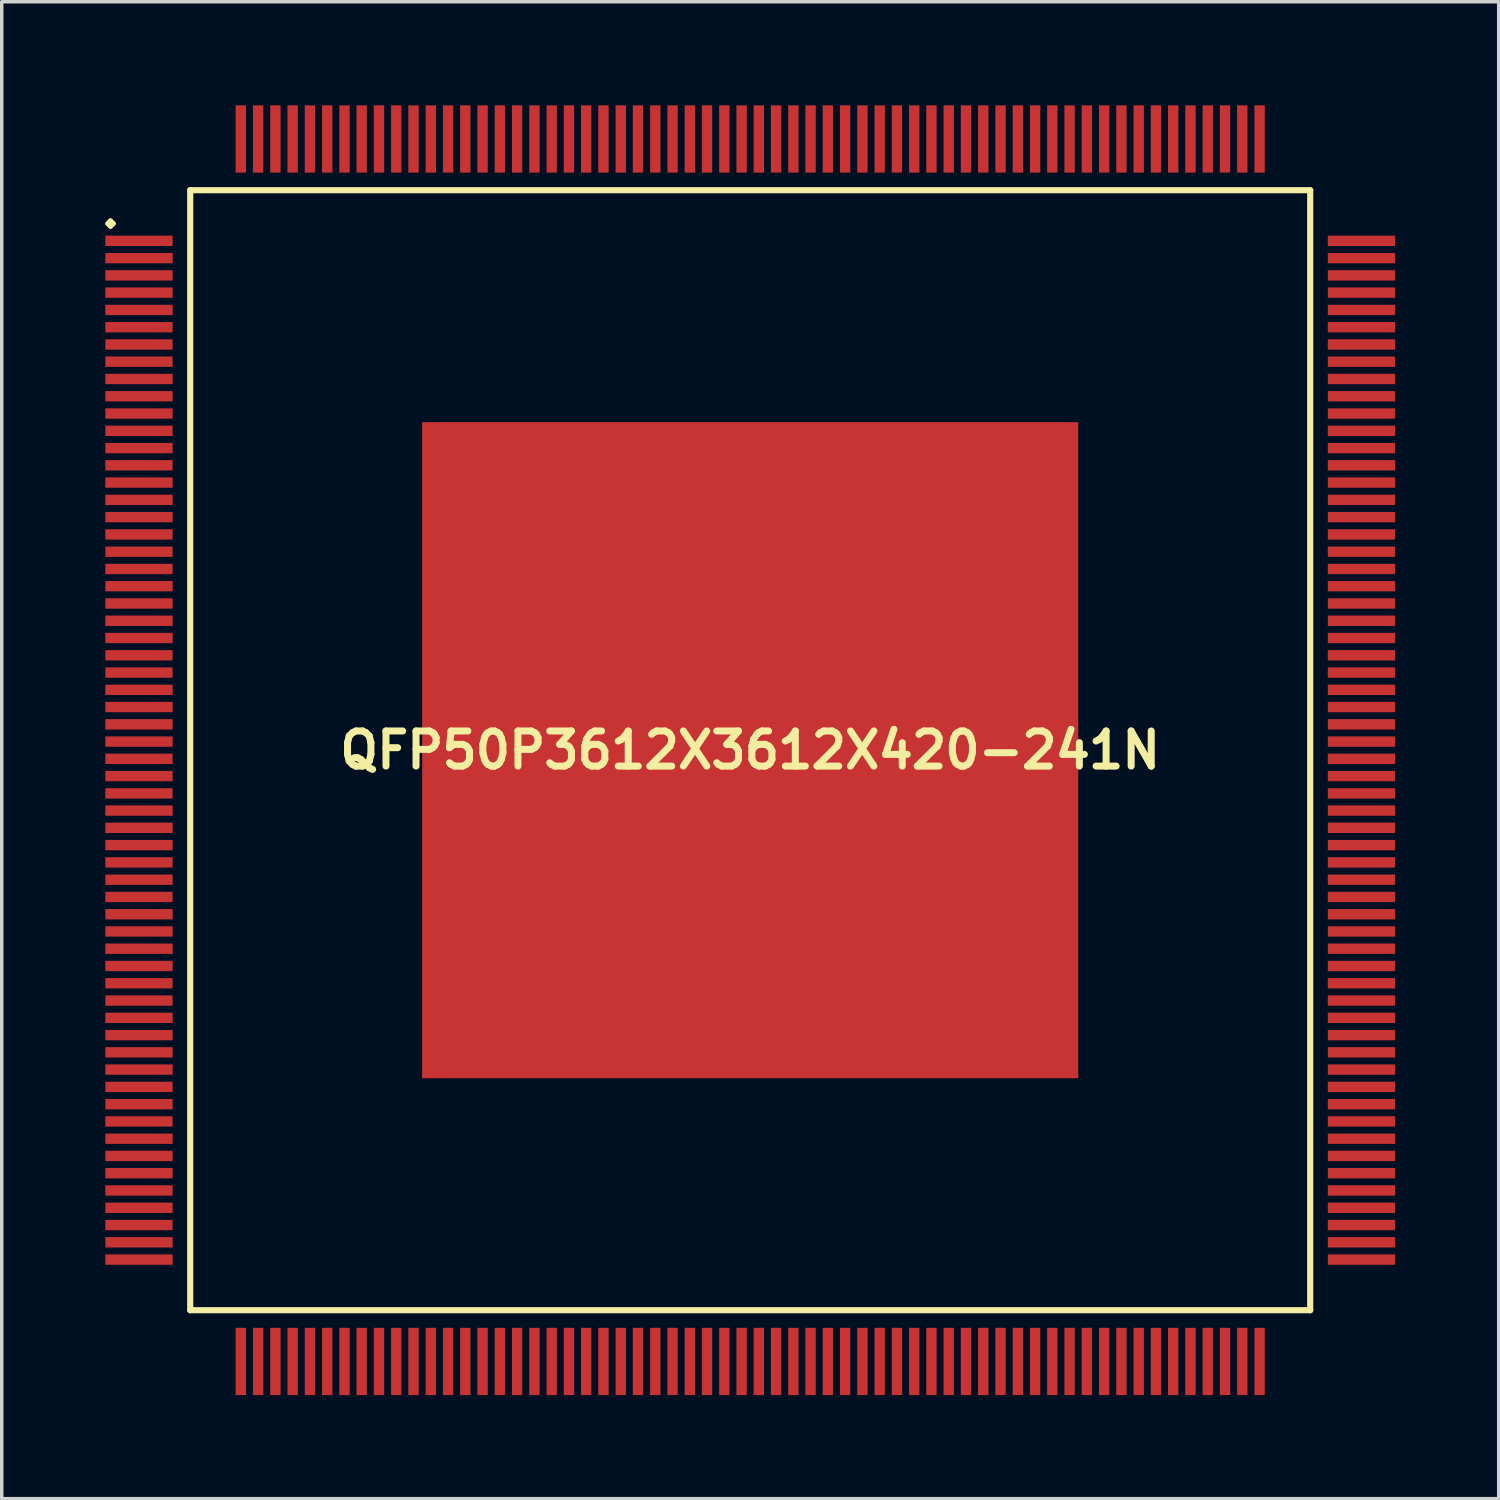
<source format=kicad_pcb>
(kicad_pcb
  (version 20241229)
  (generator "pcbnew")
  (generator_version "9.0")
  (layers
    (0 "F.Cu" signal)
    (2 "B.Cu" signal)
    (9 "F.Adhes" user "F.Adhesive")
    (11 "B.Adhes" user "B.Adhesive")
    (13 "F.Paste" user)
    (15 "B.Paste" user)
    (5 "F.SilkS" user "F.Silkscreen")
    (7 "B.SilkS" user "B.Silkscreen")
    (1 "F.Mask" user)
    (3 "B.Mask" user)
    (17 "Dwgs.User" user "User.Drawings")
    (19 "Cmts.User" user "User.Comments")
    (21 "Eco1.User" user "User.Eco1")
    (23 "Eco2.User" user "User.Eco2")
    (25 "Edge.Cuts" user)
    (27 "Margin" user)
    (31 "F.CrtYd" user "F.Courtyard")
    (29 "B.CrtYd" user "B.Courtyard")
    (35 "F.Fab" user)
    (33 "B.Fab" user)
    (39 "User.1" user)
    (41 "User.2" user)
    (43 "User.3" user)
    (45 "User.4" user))
  (footprint "QFP50P3612X3612X420-241N"
    (layer "F.Cu")
    (at 18.673 18.673)
    (property "Reference" "QFP50P3612X3612X420-241N" (at 0 0 0) (layer "F.SilkS") (effects (font (size 1.016 1.016) (thickness 0.203))))
    (attr smd)
    (fp_line (start -18.598 -15.248) (end -18.524 -15.324) (stroke (width 0.15) (type solid)) (layer "F.SilkS"))
    (fp_line (start -18.524 -15.324) (end -18.448 -15.248) (stroke (width 0.15) (type solid)) (layer "F.SilkS"))
    (fp_line (start -18.524 -15.174) (end -18.598 -15.248) (stroke (width 0.15) (type solid)) (layer "F.SilkS"))
    (fp_line (start -18.448 -15.248) (end -18.524 -15.174) (stroke (width 0.15) (type solid)) (layer "F.SilkS"))
    (fp_line (start -16.215 -16.215) (end -16.215 16.215) (stroke (width 0.178) (type solid)) (layer "F.SilkS"))
    (fp_line (start -16.215 16.215) (end 16.215 16.215) (stroke (width 0.178) (type solid)) (layer "F.SilkS"))
    (fp_line (start 16.215 -16.215) (end -16.215 -16.215) (stroke (width 0.178) (type solid)) (layer "F.SilkS"))
    (fp_line (start 16.215 16.215) (end 16.215 -16.215) (stroke (width 0.178) (type solid)) (layer "F.SilkS"))
    (pad "1" smd rect (at -17.699 -14.75) (size 1.948 0.3) (layers "F.Cu" "F.Mask" "F.Paste"))
    (pad "2" smd rect (at -17.699 -14.249) (size 1.948 0.3) (layers "F.Cu" "F.Mask" "F.Paste"))
    (pad "3" smd rect (at -17.699 -13.749) (size 1.948 0.3) (layers "F.Cu" "F.Mask" "F.Paste"))
    (pad "4" smd rect (at -17.699 -13.249) (size 1.948 0.3) (layers "F.Cu" "F.Mask" "F.Paste"))
    (pad "5" smd rect (at -17.699 -12.748) (size 1.948 0.3) (layers "F.Cu" "F.Mask" "F.Paste"))
    (pad "6" smd rect (at -17.699 -12.248) (size 1.948 0.3) (layers "F.Cu" "F.Mask" "F.Paste"))
    (pad "7" smd rect (at -17.699 -11.748) (size 1.948 0.3) (layers "F.Cu" "F.Mask" "F.Paste"))
    (pad "8" smd rect (at -17.699 -11.25) (size 1.948 0.3) (layers "F.Cu" "F.Mask" "F.Paste"))
    (pad "9" smd rect (at -17.699 -10.749) (size 1.948 0.3) (layers "F.Cu" "F.Mask" "F.Paste"))
    (pad "10" smd rect (at -17.699 -10.249) (size 1.948 0.3) (layers "F.Cu" "F.Mask" "F.Paste"))
    (pad "11" smd rect (at -17.699 -9.749) (size 1.948 0.3) (layers "F.Cu" "F.Mask" "F.Paste"))
    (pad "12" smd rect (at -17.699 -9.248) (size 1.948 0.3) (layers "F.Cu" "F.Mask" "F.Paste"))
    (pad "13" smd rect (at -17.699 -8.748) (size 1.948 0.3) (layers "F.Cu" "F.Mask" "F.Paste"))
    (pad "14" smd rect (at -17.699 -8.25) (size 1.948 0.3) (layers "F.Cu" "F.Mask" "F.Paste"))
    (pad "15" smd rect (at -17.699 -7.75) (size 1.948 0.3) (layers "F.Cu" "F.Mask" "F.Paste"))
    (pad "16" smd rect (at -17.699 -7.249) (size 1.948 0.3) (layers "F.Cu" "F.Mask" "F.Paste"))
    (pad "17" smd rect (at -17.699 -6.749) (size 1.948 0.3) (layers "F.Cu" "F.Mask" "F.Paste"))
    (pad "18" smd rect (at -17.699 -6.248) (size 1.948 0.3) (layers "F.Cu" "F.Mask" "F.Paste"))
    (pad "19" smd rect (at -17.699 -5.748) (size 1.948 0.3) (layers "F.Cu" "F.Mask" "F.Paste"))
    (pad "20" smd rect (at -17.699 -5.248) (size 1.948 0.3) (layers "F.Cu" "F.Mask" "F.Paste"))
    (pad "21" smd rect (at -17.699 -4.75) (size 1.948 0.3) (layers "F.Cu" "F.Mask" "F.Paste"))
    (pad "22" smd rect (at -17.699 -4.249) (size 1.948 0.3) (layers "F.Cu" "F.Mask" "F.Paste"))
    (pad "23" smd rect (at -17.699 -3.749) (size 1.948 0.3) (layers "F.Cu" "F.Mask" "F.Paste"))
    (pad "24" smd rect (at -17.699 -3.249) (size 1.948 0.3) (layers "F.Cu" "F.Mask" "F.Paste"))
    (pad "25" smd rect (at -17.699 -2.748) (size 1.948 0.3) (layers "F.Cu" "F.Mask" "F.Paste"))
    (pad "26" smd rect (at -17.699 -2.248) (size 1.948 0.3) (layers "F.Cu" "F.Mask" "F.Paste"))
    (pad "27" smd rect (at -17.699 -1.748) (size 1.948 0.3) (layers "F.Cu" "F.Mask" "F.Paste"))
    (pad "28" smd rect (at -17.699 -1.25) (size 1.948 0.3) (layers "F.Cu" "F.Mask" "F.Paste"))
    (pad "29" smd rect (at -17.699 -0.749) (size 1.948 0.3) (layers "F.Cu" "F.Mask" "F.Paste"))
    (pad "30" smd rect (at -17.699 -0.249) (size 1.948 0.3) (layers "F.Cu" "F.Mask" "F.Paste"))
    (pad "31" smd rect (at -17.699 0.249) (size 1.948 0.3) (layers "F.Cu" "F.Mask" "F.Paste"))
    (pad "32" smd rect (at -17.699 0.749) (size 1.948 0.3) (layers "F.Cu" "F.Mask" "F.Paste"))
    (pad "33" smd rect (at -17.699 1.25) (size 1.948 0.3) (layers "F.Cu" "F.Mask" "F.Paste"))
    (pad "34" smd rect (at -17.699 1.748) (size 1.948 0.3) (layers "F.Cu" "F.Mask" "F.Paste"))
    (pad "35" smd rect (at -17.699 2.248) (size 1.948 0.3) (layers "F.Cu" "F.Mask" "F.Paste"))
    (pad "36" smd rect (at -17.699 2.748) (size 1.948 0.3) (layers "F.Cu" "F.Mask" "F.Paste"))
    (pad "37" smd rect (at -17.699 3.249) (size 1.948 0.3) (layers "F.Cu" "F.Mask" "F.Paste"))
    (pad "38" smd rect (at -17.699 3.749) (size 1.948 0.3) (layers "F.Cu" "F.Mask" "F.Paste"))
    (pad "39" smd rect (at -17.699 4.249) (size 1.948 0.3) (layers "F.Cu" "F.Mask" "F.Paste"))
    (pad "40" smd rect (at -17.699 4.75) (size 1.948 0.3) (layers "F.Cu" "F.Mask" "F.Paste"))
    (pad "41" smd rect (at -17.699 5.248) (size 1.948 0.3) (layers "F.Cu" "F.Mask" "F.Paste"))
    (pad "42" smd rect (at -17.699 5.748) (size 1.948 0.3) (layers "F.Cu" "F.Mask" "F.Paste"))
    (pad "43" smd rect (at -17.699 6.248) (size 1.948 0.3) (layers "F.Cu" "F.Mask" "F.Paste"))
    (pad "44" smd rect (at -17.699 6.749) (size 1.948 0.3) (layers "F.Cu" "F.Mask" "F.Paste"))
    (pad "45" smd rect (at -17.699 7.249) (size 1.948 0.3) (layers "F.Cu" "F.Mask" "F.Paste"))
    (pad "46" smd rect (at -17.699 7.75) (size 1.948 0.3) (layers "F.Cu" "F.Mask" "F.Paste"))
    (pad "47" smd rect (at -17.699 8.25) (size 1.948 0.3) (layers "F.Cu" "F.Mask" "F.Paste"))
    (pad "48" smd rect (at -17.699 8.748) (size 1.948 0.3) (layers "F.Cu" "F.Mask" "F.Paste"))
    (pad "49" smd rect (at -17.699 9.248) (size 1.948 0.3) (layers "F.Cu" "F.Mask" "F.Paste"))
    (pad "50" smd rect (at -17.699 9.749) (size 1.948 0.3) (layers "F.Cu" "F.Mask" "F.Paste"))
    (pad "51" smd rect (at -17.699 10.249) (size 1.948 0.3) (layers "F.Cu" "F.Mask" "F.Paste"))
    (pad "52" smd rect (at -17.699 10.749) (size 1.948 0.3) (layers "F.Cu" "F.Mask" "F.Paste"))
    (pad "53" smd rect (at -17.699 11.25) (size 1.948 0.3) (layers "F.Cu" "F.Mask" "F.Paste"))
    (pad "54" smd rect (at -17.699 11.748) (size 1.948 0.3) (layers "F.Cu" "F.Mask" "F.Paste"))
    (pad "55" smd rect (at -17.699 12.248) (size 1.948 0.3) (layers "F.Cu" "F.Mask" "F.Paste"))
    (pad "56" smd rect (at -17.699 12.748) (size 1.948 0.3) (layers "F.Cu" "F.Mask" "F.Paste"))
    (pad "57" smd rect (at -17.699 13.249) (size 1.948 0.3) (layers "F.Cu" "F.Mask" "F.Paste"))
    (pad "58" smd rect (at -17.699 13.749) (size 1.948 0.3) (layers "F.Cu" "F.Mask" "F.Paste"))
    (pad "59" smd rect (at -17.699 14.249) (size 1.948 0.3) (layers "F.Cu" "F.Mask" "F.Paste"))
    (pad "60" smd rect (at -17.699 14.75) (size 1.948 0.3) (layers "F.Cu" "F.Mask" "F.Paste"))
    (pad "61" smd rect (at -14.75 17.699) (size 0.3 1.948) (layers "F.Cu" "F.Mask" "F.Paste"))
    (pad "62" smd rect (at -14.249 17.699) (size 0.3 1.948) (layers "F.Cu" "F.Mask" "F.Paste"))
    (pad "63" smd rect (at -13.749 17.699) (size 0.3 1.948) (layers "F.Cu" "F.Mask" "F.Paste"))
    (pad "64" smd rect (at -13.249 17.699) (size 0.3 1.948) (layers "F.Cu" "F.Mask" "F.Paste"))
    (pad "65" smd rect (at -12.748 17.699) (size 0.3 1.948) (layers "F.Cu" "F.Mask" "F.Paste"))
    (pad "66" smd rect (at -12.248 17.699) (size 0.3 1.948) (layers "F.Cu" "F.Mask" "F.Paste"))
    (pad "67" smd rect (at -11.748 17.699) (size 0.3 1.948) (layers "F.Cu" "F.Mask" "F.Paste"))
    (pad "68" smd rect (at -11.25 17.699) (size 0.3 1.948) (layers "F.Cu" "F.Mask" "F.Paste"))
    (pad "69" smd rect (at -10.749 17.699) (size 0.3 1.948) (layers "F.Cu" "F.Mask" "F.Paste"))
    (pad "70" smd rect (at -10.249 17.699) (size 0.3 1.948) (layers "F.Cu" "F.Mask" "F.Paste"))
    (pad "71" smd rect (at -9.749 17.699) (size 0.3 1.948) (layers "F.Cu" "F.Mask" "F.Paste"))
    (pad "72" smd rect (at -9.248 17.699) (size 0.3 1.948) (layers "F.Cu" "F.Mask" "F.Paste"))
    (pad "73" smd rect (at -8.748 17.699) (size 0.3 1.948) (layers "F.Cu" "F.Mask" "F.Paste"))
    (pad "74" smd rect (at -8.25 17.699) (size 0.3 1.948) (layers "F.Cu" "F.Mask" "F.Paste"))
    (pad "75" smd rect (at -7.75 17.699) (size 0.3 1.948) (layers "F.Cu" "F.Mask" "F.Paste"))
    (pad "76" smd rect (at -7.249 17.699) (size 0.3 1.948) (layers "F.Cu" "F.Mask" "F.Paste"))
    (pad "77" smd rect (at -6.749 17.699) (size 0.3 1.948) (layers "F.Cu" "F.Mask" "F.Paste"))
    (pad "78" smd rect (at -6.248 17.699) (size 0.3 1.948) (layers "F.Cu" "F.Mask" "F.Paste"))
    (pad "79" smd rect (at -5.748 17.699) (size 0.3 1.948) (layers "F.Cu" "F.Mask" "F.Paste"))
    (pad "80" smd rect (at -5.248 17.699) (size 0.3 1.948) (layers "F.Cu" "F.Mask" "F.Paste"))
    (pad "81" smd rect (at -4.75 17.699) (size 0.3 1.948) (layers "F.Cu" "F.Mask" "F.Paste"))
    (pad "82" smd rect (at -4.249 17.699) (size 0.3 1.948) (layers "F.Cu" "F.Mask" "F.Paste"))
    (pad "83" smd rect (at -3.749 17.699) (size 0.3 1.948) (layers "F.Cu" "F.Mask" "F.Paste"))
    (pad "84" smd rect (at -3.249 17.699) (size 0.3 1.948) (layers "F.Cu" "F.Mask" "F.Paste"))
    (pad "85" smd rect (at -2.748 17.699) (size 0.3 1.948) (layers "F.Cu" "F.Mask" "F.Paste"))
    (pad "86" smd rect (at -2.248 17.699) (size 0.3 1.948) (layers "F.Cu" "F.Mask" "F.Paste"))
    (pad "87" smd rect (at -1.748 17.699) (size 0.3 1.948) (layers "F.Cu" "F.Mask" "F.Paste"))
    (pad "88" smd rect (at -1.25 17.699) (size 0.3 1.948) (layers "F.Cu" "F.Mask" "F.Paste"))
    (pad "89" smd rect (at -0.749 17.699) (size 0.3 1.948) (layers "F.Cu" "F.Mask" "F.Paste"))
    (pad "90" smd rect (at -0.249 17.699) (size 0.3 1.948) (layers "F.Cu" "F.Mask" "F.Paste"))
    (pad "91" smd rect (at 0.249 17.699) (size 0.3 1.948) (layers "F.Cu" "F.Mask" "F.Paste"))
    (pad "92" smd rect (at 0.749 17.699) (size 0.3 1.948) (layers "F.Cu" "F.Mask" "F.Paste"))
    (pad "93" smd rect (at 1.25 17.699) (size 0.3 1.948) (layers "F.Cu" "F.Mask" "F.Paste"))
    (pad "94" smd rect (at 1.748 17.699) (size 0.3 1.948) (layers "F.Cu" "F.Mask" "F.Paste"))
    (pad "95" smd rect (at 2.248 17.699) (size 0.3 1.948) (layers "F.Cu" "F.Mask" "F.Paste"))
    (pad "96" smd rect (at 2.748 17.699) (size 0.3 1.948) (layers "F.Cu" "F.Mask" "F.Paste"))
    (pad "97" smd rect (at 3.249 17.699) (size 0.3 1.948) (layers "F.Cu" "F.Mask" "F.Paste"))
    (pad "98" smd rect (at 3.749 17.699) (size 0.3 1.948) (layers "F.Cu" "F.Mask" "F.Paste"))
    (pad "99" smd rect (at 4.249 17.699) (size 0.3 1.948) (layers "F.Cu" "F.Mask" "F.Paste"))
    (pad "100" smd rect (at 4.75 17.699) (size 0.3 1.948) (layers "F.Cu" "F.Mask" "F.Paste"))
    (pad "101" smd rect (at 5.248 17.699) (size 0.3 1.948) (layers "F.Cu" "F.Mask" "F.Paste"))
    (pad "102" smd rect (at 5.748 17.699) (size 0.3 1.948) (layers "F.Cu" "F.Mask" "F.Paste"))
    (pad "103" smd rect (at 6.248 17.699) (size 0.3 1.948) (layers "F.Cu" "F.Mask" "F.Paste"))
    (pad "104" smd rect (at 6.749 17.699) (size 0.3 1.948) (layers "F.Cu" "F.Mask" "F.Paste"))
    (pad "105" smd rect (at 7.249 17.699) (size 0.3 1.948) (layers "F.Cu" "F.Mask" "F.Paste"))
    (pad "106" smd rect (at 7.75 17.699) (size 0.3 1.948) (layers "F.Cu" "F.Mask" "F.Paste"))
    (pad "107" smd rect (at 8.25 17.699) (size 0.3 1.948) (layers "F.Cu" "F.Mask" "F.Paste"))
    (pad "108" smd rect (at 8.748 17.699) (size 0.3 1.948) (layers "F.Cu" "F.Mask" "F.Paste"))
    (pad "109" smd rect (at 9.248 17.699) (size 0.3 1.948) (layers "F.Cu" "F.Mask" "F.Paste"))
    (pad "110" smd rect (at 9.749 17.699) (size 0.3 1.948) (layers "F.Cu" "F.Mask" "F.Paste"))
    (pad "111" smd rect (at 10.249 17.699) (size 0.3 1.948) (layers "F.Cu" "F.Mask" "F.Paste"))
    (pad "112" smd rect (at 10.749 17.699) (size 0.3 1.948) (layers "F.Cu" "F.Mask" "F.Paste"))
    (pad "113" smd rect (at 11.25 17.699) (size 0.3 1.948) (layers "F.Cu" "F.Mask" "F.Paste"))
    (pad "114" smd rect (at 11.748 17.699) (size 0.3 1.948) (layers "F.Cu" "F.Mask" "F.Paste"))
    (pad "115" smd rect (at 12.248 17.699) (size 0.3 1.948) (layers "F.Cu" "F.Mask" "F.Paste"))
    (pad "116" smd rect (at 12.748 17.699) (size 0.3 1.948) (layers "F.Cu" "F.Mask" "F.Paste"))
    (pad "117" smd rect (at 13.249 17.699) (size 0.3 1.948) (layers "F.Cu" "F.Mask" "F.Paste"))
    (pad "118" smd rect (at 13.749 17.699) (size 0.3 1.948) (layers "F.Cu" "F.Mask" "F.Paste"))
    (pad "119" smd rect (at 14.249 17.699) (size 0.3 1.948) (layers "F.Cu" "F.Mask" "F.Paste"))
    (pad "120" smd rect (at 14.75 17.699) (size 0.3 1.948) (layers "F.Cu" "F.Mask" "F.Paste"))
    (pad "121" smd rect (at 17.699 14.75) (size 1.948 0.3) (layers "F.Cu" "F.Mask" "F.Paste"))
    (pad "122" smd rect (at 17.699 14.249) (size 1.948 0.3) (layers "F.Cu" "F.Mask" "F.Paste"))
    (pad "123" smd rect (at 17.699 13.749) (size 1.948 0.3) (layers "F.Cu" "F.Mask" "F.Paste"))
    (pad "124" smd rect (at 17.699 13.249) (size 1.948 0.3) (layers "F.Cu" "F.Mask" "F.Paste"))
    (pad "125" smd rect (at 17.699 12.748) (size 1.948 0.3) (layers "F.Cu" "F.Mask" "F.Paste"))
    (pad "126" smd rect (at 17.699 12.248) (size 1.948 0.3) (layers "F.Cu" "F.Mask" "F.Paste"))
    (pad "127" smd rect (at 17.699 11.748) (size 1.948 0.3) (layers "F.Cu" "F.Mask" "F.Paste"))
    (pad "128" smd rect (at 17.699 11.25) (size 1.948 0.3) (layers "F.Cu" "F.Mask" "F.Paste"))
    (pad "129" smd rect (at 17.699 10.749) (size 1.948 0.3) (layers "F.Cu" "F.Mask" "F.Paste"))
    (pad "130" smd rect (at 17.699 10.249) (size 1.948 0.3) (layers "F.Cu" "F.Mask" "F.Paste"))
    (pad "131" smd rect (at 17.699 9.749) (size 1.948 0.3) (layers "F.Cu" "F.Mask" "F.Paste"))
    (pad "132" smd rect (at 17.699 9.248) (size 1.948 0.3) (layers "F.Cu" "F.Mask" "F.Paste"))
    (pad "133" smd rect (at 17.699 8.748) (size 1.948 0.3) (layers "F.Cu" "F.Mask" "F.Paste"))
    (pad "134" smd rect (at 17.699 8.25) (size 1.948 0.3) (layers "F.Cu" "F.Mask" "F.Paste"))
    (pad "135" smd rect (at 17.699 7.75) (size 1.948 0.3) (layers "F.Cu" "F.Mask" "F.Paste"))
    (pad "136" smd rect (at 17.699 7.249) (size 1.948 0.3) (layers "F.Cu" "F.Mask" "F.Paste"))
    (pad "137" smd rect (at 17.699 6.749) (size 1.948 0.3) (layers "F.Cu" "F.Mask" "F.Paste"))
    (pad "138" smd rect (at 17.699 6.248) (size 1.948 0.3) (layers "F.Cu" "F.Mask" "F.Paste"))
    (pad "139" smd rect (at 17.699 5.748) (size 1.948 0.3) (layers "F.Cu" "F.Mask" "F.Paste"))
    (pad "140" smd rect (at 17.699 5.248) (size 1.948 0.3) (layers "F.Cu" "F.Mask" "F.Paste"))
    (pad "141" smd rect (at 17.699 4.75) (size 1.948 0.3) (layers "F.Cu" "F.Mask" "F.Paste"))
    (pad "142" smd rect (at 17.699 4.249) (size 1.948 0.3) (layers "F.Cu" "F.Mask" "F.Paste"))
    (pad "143" smd rect (at 17.699 3.749) (size 1.948 0.3) (layers "F.Cu" "F.Mask" "F.Paste"))
    (pad "144" smd rect (at 17.699 3.249) (size 1.948 0.3) (layers "F.Cu" "F.Mask" "F.Paste"))
    (pad "145" smd rect (at 17.699 2.748) (size 1.948 0.3) (layers "F.Cu" "F.Mask" "F.Paste"))
    (pad "146" smd rect (at 17.699 2.248) (size 1.948 0.3) (layers "F.Cu" "F.Mask" "F.Paste"))
    (pad "147" smd rect (at 17.699 1.748) (size 1.948 0.3) (layers "F.Cu" "F.Mask" "F.Paste"))
    (pad "148" smd rect (at 17.699 1.25) (size 1.948 0.3) (layers "F.Cu" "F.Mask" "F.Paste"))
    (pad "149" smd rect (at 17.699 0.749) (size 1.948 0.3) (layers "F.Cu" "F.Mask" "F.Paste"))
    (pad "150" smd rect (at 17.699 0.249) (size 1.948 0.3) (layers "F.Cu" "F.Mask" "F.Paste"))
    (pad "151" smd rect (at 17.699 -0.249) (size 1.948 0.3) (layers "F.Cu" "F.Mask" "F.Paste"))
    (pad "152" smd rect (at 17.699 -0.749) (size 1.948 0.3) (layers "F.Cu" "F.Mask" "F.Paste"))
    (pad "153" smd rect (at 17.699 -1.25) (size 1.948 0.3) (layers "F.Cu" "F.Mask" "F.Paste"))
    (pad "154" smd rect (at 17.699 -1.748) (size 1.948 0.3) (layers "F.Cu" "F.Mask" "F.Paste"))
    (pad "155" smd rect (at 17.699 -2.248) (size 1.948 0.3) (layers "F.Cu" "F.Mask" "F.Paste"))
    (pad "156" smd rect (at 17.699 -2.748) (size 1.948 0.3) (layers "F.Cu" "F.Mask" "F.Paste"))
    (pad "157" smd rect (at 17.699 -3.249) (size 1.948 0.3) (layers "F.Cu" "F.Mask" "F.Paste"))
    (pad "158" smd rect (at 17.699 -3.749) (size 1.948 0.3) (layers "F.Cu" "F.Mask" "F.Paste"))
    (pad "159" smd rect (at 17.699 -4.249) (size 1.948 0.3) (layers "F.Cu" "F.Mask" "F.Paste"))
    (pad "160" smd rect (at 17.699 -4.75) (size 1.948 0.3) (layers "F.Cu" "F.Mask" "F.Paste"))
    (pad "161" smd rect (at 17.699 -5.248) (size 1.948 0.3) (layers "F.Cu" "F.Mask" "F.Paste"))
    (pad "162" smd rect (at 17.699 -5.748) (size 1.948 0.3) (layers "F.Cu" "F.Mask" "F.Paste"))
    (pad "163" smd rect (at 17.699 -6.248) (size 1.948 0.3) (layers "F.Cu" "F.Mask" "F.Paste"))
    (pad "164" smd rect (at 17.699 -6.749) (size 1.948 0.3) (layers "F.Cu" "F.Mask" "F.Paste"))
    (pad "165" smd rect (at 17.699 -7.249) (size 1.948 0.3) (layers "F.Cu" "F.Mask" "F.Paste"))
    (pad "166" smd rect (at 17.699 -7.75) (size 1.948 0.3) (layers "F.Cu" "F.Mask" "F.Paste"))
    (pad "167" smd rect (at 17.699 -8.25) (size 1.948 0.3) (layers "F.Cu" "F.Mask" "F.Paste"))
    (pad "168" smd rect (at 17.699 -8.748) (size 1.948 0.3) (layers "F.Cu" "F.Mask" "F.Paste"))
    (pad "169" smd rect (at 17.699 -9.248) (size 1.948 0.3) (layers "F.Cu" "F.Mask" "F.Paste"))
    (pad "170" smd rect (at 17.699 -9.749) (size 1.948 0.3) (layers "F.Cu" "F.Mask" "F.Paste"))
    (pad "171" smd rect (at 17.699 -10.249) (size 1.948 0.3) (layers "F.Cu" "F.Mask" "F.Paste"))
    (pad "172" smd rect (at 17.699 -10.749) (size 1.948 0.3) (layers "F.Cu" "F.Mask" "F.Paste"))
    (pad "173" smd rect (at 17.699 -11.25) (size 1.948 0.3) (layers "F.Cu" "F.Mask" "F.Paste"))
    (pad "174" smd rect (at 17.699 -11.748) (size 1.948 0.3) (layers "F.Cu" "F.Mask" "F.Paste"))
    (pad "175" smd rect (at 17.699 -12.248) (size 1.948 0.3) (layers "F.Cu" "F.Mask" "F.Paste"))
    (pad "176" smd rect (at 17.699 -12.748) (size 1.948 0.3) (layers "F.Cu" "F.Mask" "F.Paste"))
    (pad "177" smd rect (at 17.699 -13.249) (size 1.948 0.3) (layers "F.Cu" "F.Mask" "F.Paste"))
    (pad "178" smd rect (at 17.699 -13.749) (size 1.948 0.3) (layers "F.Cu" "F.Mask" "F.Paste"))
    (pad "179" smd rect (at 17.699 -14.249) (size 1.948 0.3) (layers "F.Cu" "F.Mask" "F.Paste"))
    (pad "180" smd rect (at 17.699 -14.75) (size 1.948 0.3) (layers "F.Cu" "F.Mask" "F.Paste"))
    (pad "181" smd rect (at 14.75 -17.699) (size 0.3 1.948) (layers "F.Cu" "F.Mask" "F.Paste"))
    (pad "182" smd rect (at 14.249 -17.699) (size 0.3 1.948) (layers "F.Cu" "F.Mask" "F.Paste"))
    (pad "183" smd rect (at 13.749 -17.699) (size 0.3 1.948) (layers "F.Cu" "F.Mask" "F.Paste"))
    (pad "184" smd rect (at 13.249 -17.699) (size 0.3 1.948) (layers "F.Cu" "F.Mask" "F.Paste"))
    (pad "185" smd rect (at 12.748 -17.699) (size 0.3 1.948) (layers "F.Cu" "F.Mask" "F.Paste"))
    (pad "186" smd rect (at 12.248 -17.699) (size 0.3 1.948) (layers "F.Cu" "F.Mask" "F.Paste"))
    (pad "187" smd rect (at 11.748 -17.699) (size 0.3 1.948) (layers "F.Cu" "F.Mask" "F.Paste"))
    (pad "188" smd rect (at 11.25 -17.699) (size 0.3 1.948) (layers "F.Cu" "F.Mask" "F.Paste"))
    (pad "189" smd rect (at 10.749 -17.699) (size 0.3 1.948) (layers "F.Cu" "F.Mask" "F.Paste"))
    (pad "190" smd rect (at 10.249 -17.699) (size 0.3 1.948) (layers "F.Cu" "F.Mask" "F.Paste"))
    (pad "191" smd rect (at 9.749 -17.699) (size 0.3 1.948) (layers "F.Cu" "F.Mask" "F.Paste"))
    (pad "192" smd rect (at 9.248 -17.699) (size 0.3 1.948) (layers "F.Cu" "F.Mask" "F.Paste"))
    (pad "193" smd rect (at 8.748 -17.699) (size 0.3 1.948) (layers "F.Cu" "F.Mask" "F.Paste"))
    (pad "194" smd rect (at 8.25 -17.699) (size 0.3 1.948) (layers "F.Cu" "F.Mask" "F.Paste"))
    (pad "195" smd rect (at 7.75 -17.699) (size 0.3 1.948) (layers "F.Cu" "F.Mask" "F.Paste"))
    (pad "196" smd rect (at 7.249 -17.699) (size 0.3 1.948) (layers "F.Cu" "F.Mask" "F.Paste"))
    (pad "197" smd rect (at 6.749 -17.699) (size 0.3 1.948) (layers "F.Cu" "F.Mask" "F.Paste"))
    (pad "198" smd rect (at 6.248 -17.699) (size 0.3 1.948) (layers "F.Cu" "F.Mask" "F.Paste"))
    (pad "199" smd rect (at 5.748 -17.699) (size 0.3 1.948) (layers "F.Cu" "F.Mask" "F.Paste"))
    (pad "200" smd rect (at 5.248 -17.699) (size 0.3 1.948) (layers "F.Cu" "F.Mask" "F.Paste"))
    (pad "201" smd rect (at 4.75 -17.699) (size 0.3 1.948) (layers "F.Cu" "F.Mask" "F.Paste"))
    (pad "202" smd rect (at 4.249 -17.699) (size 0.3 1.948) (layers "F.Cu" "F.Mask" "F.Paste"))
    (pad "203" smd rect (at 3.749 -17.699) (size 0.3 1.948) (layers "F.Cu" "F.Mask" "F.Paste"))
    (pad "204" smd rect (at 3.249 -17.699) (size 0.3 1.948) (layers "F.Cu" "F.Mask" "F.Paste"))
    (pad "205" smd rect (at 2.748 -17.699) (size 0.3 1.948) (layers "F.Cu" "F.Mask" "F.Paste"))
    (pad "206" smd rect (at 2.248 -17.699) (size 0.3 1.948) (layers "F.Cu" "F.Mask" "F.Paste"))
    (pad "207" smd rect (at 1.748 -17.699) (size 0.3 1.948) (layers "F.Cu" "F.Mask" "F.Paste"))
    (pad "208" smd rect (at 1.25 -17.699) (size 0.3 1.948) (layers "F.Cu" "F.Mask" "F.Paste"))
    (pad "209" smd rect (at 0.749 -17.699) (size 0.3 1.948) (layers "F.Cu" "F.Mask" "F.Paste"))
    (pad "210" smd rect (at 0.249 -17.699) (size 0.3 1.948) (layers "F.Cu" "F.Mask" "F.Paste"))
    (pad "211" smd rect (at -0.249 -17.699) (size 0.3 1.948) (layers "F.Cu" "F.Mask" "F.Paste"))
    (pad "212" smd rect (at -0.749 -17.699) (size 0.3 1.948) (layers "F.Cu" "F.Mask" "F.Paste"))
    (pad "213" smd rect (at -1.25 -17.699) (size 0.3 1.948) (layers "F.Cu" "F.Mask" "F.Paste"))
    (pad "214" smd rect (at -1.748 -17.699) (size 0.3 1.948) (layers "F.Cu" "F.Mask" "F.Paste"))
    (pad "215" smd rect (at -2.248 -17.699) (size 0.3 1.948) (layers "F.Cu" "F.Mask" "F.Paste"))
    (pad "216" smd rect (at -2.748 -17.699) (size 0.3 1.948) (layers "F.Cu" "F.Mask" "F.Paste"))
    (pad "217" smd rect (at -3.249 -17.699) (size 0.3 1.948) (layers "F.Cu" "F.Mask" "F.Paste"))
    (pad "218" smd rect (at -3.749 -17.699) (size 0.3 1.948) (layers "F.Cu" "F.Mask" "F.Paste"))
    (pad "219" smd rect (at -4.249 -17.699) (size 0.3 1.948) (layers "F.Cu" "F.Mask" "F.Paste"))
    (pad "220" smd rect (at -4.75 -17.699) (size 0.3 1.948) (layers "F.Cu" "F.Mask" "F.Paste"))
    (pad "221" smd rect (at -5.248 -17.699) (size 0.3 1.948) (layers "F.Cu" "F.Mask" "F.Paste"))
    (pad "222" smd rect (at -5.748 -17.699) (size 0.3 1.948) (layers "F.Cu" "F.Mask" "F.Paste"))
    (pad "223" smd rect (at -6.248 -17.699) (size 0.3 1.948) (layers "F.Cu" "F.Mask" "F.Paste"))
    (pad "224" smd rect (at -6.749 -17.699) (size 0.3 1.948) (layers "F.Cu" "F.Mask" "F.Paste"))
    (pad "225" smd rect (at -7.249 -17.699) (size 0.3 1.948) (layers "F.Cu" "F.Mask" "F.Paste"))
    (pad "226" smd rect (at -7.75 -17.699) (size 0.3 1.948) (layers "F.Cu" "F.Mask" "F.Paste"))
    (pad "227" smd rect (at -8.25 -17.699) (size 0.3 1.948) (layers "F.Cu" "F.Mask" "F.Paste"))
    (pad "228" smd rect (at -8.748 -17.699) (size 0.3 1.948) (layers "F.Cu" "F.Mask" "F.Paste"))
    (pad "229" smd rect (at -9.248 -17.699) (size 0.3 1.948) (layers "F.Cu" "F.Mask" "F.Paste"))
    (pad "230" smd rect (at -9.749 -17.699) (size 0.3 1.948) (layers "F.Cu" "F.Mask" "F.Paste"))
    (pad "231" smd rect (at -10.249 -17.699) (size 0.3 1.948) (layers "F.Cu" "F.Mask" "F.Paste"))
    (pad "232" smd rect (at -10.749 -17.699) (size 0.3 1.948) (layers "F.Cu" "F.Mask" "F.Paste"))
    (pad "233" smd rect (at -11.25 -17.699) (size 0.3 1.948) (layers "F.Cu" "F.Mask" "F.Paste"))
    (pad "234" smd rect (at -11.748 -17.699) (size 0.3 1.948) (layers "F.Cu" "F.Mask" "F.Paste"))
    (pad "235" smd rect (at -12.248 -17.699) (size 0.3 1.948) (layers "F.Cu" "F.Mask" "F.Paste"))
    (pad "236" smd rect (at -12.748 -17.699) (size 0.3 1.948) (layers "F.Cu" "F.Mask" "F.Paste"))
    (pad "237" smd rect (at -13.249 -17.699) (size 0.3 1.948) (layers "F.Cu" "F.Mask" "F.Paste"))
    (pad "238" smd rect (at -13.749 -17.699) (size 0.3 1.948) (layers "F.Cu" "F.Mask" "F.Paste"))
    (pad "239" smd rect (at -14.249 -17.699) (size 0.3 1.948) (layers "F.Cu" "F.Mask" "F.Paste"))
    (pad "240" smd rect (at -14.75 -17.699) (size 0.3 1.948) (layers "F.Cu" "F.Mask" "F.Paste"))
    (pad "241" smd rect (at 0 0) (size 18.999 18.999) (layers "F.Cu" "F.Mask" "F.Paste")))
  (gr_rect
    (start -3 -3)
    (end 40.346 40.346)
    (stroke (width 0.1) (type default))
    (fill no)
    (layer "Edge.Cuts")))
</source>
